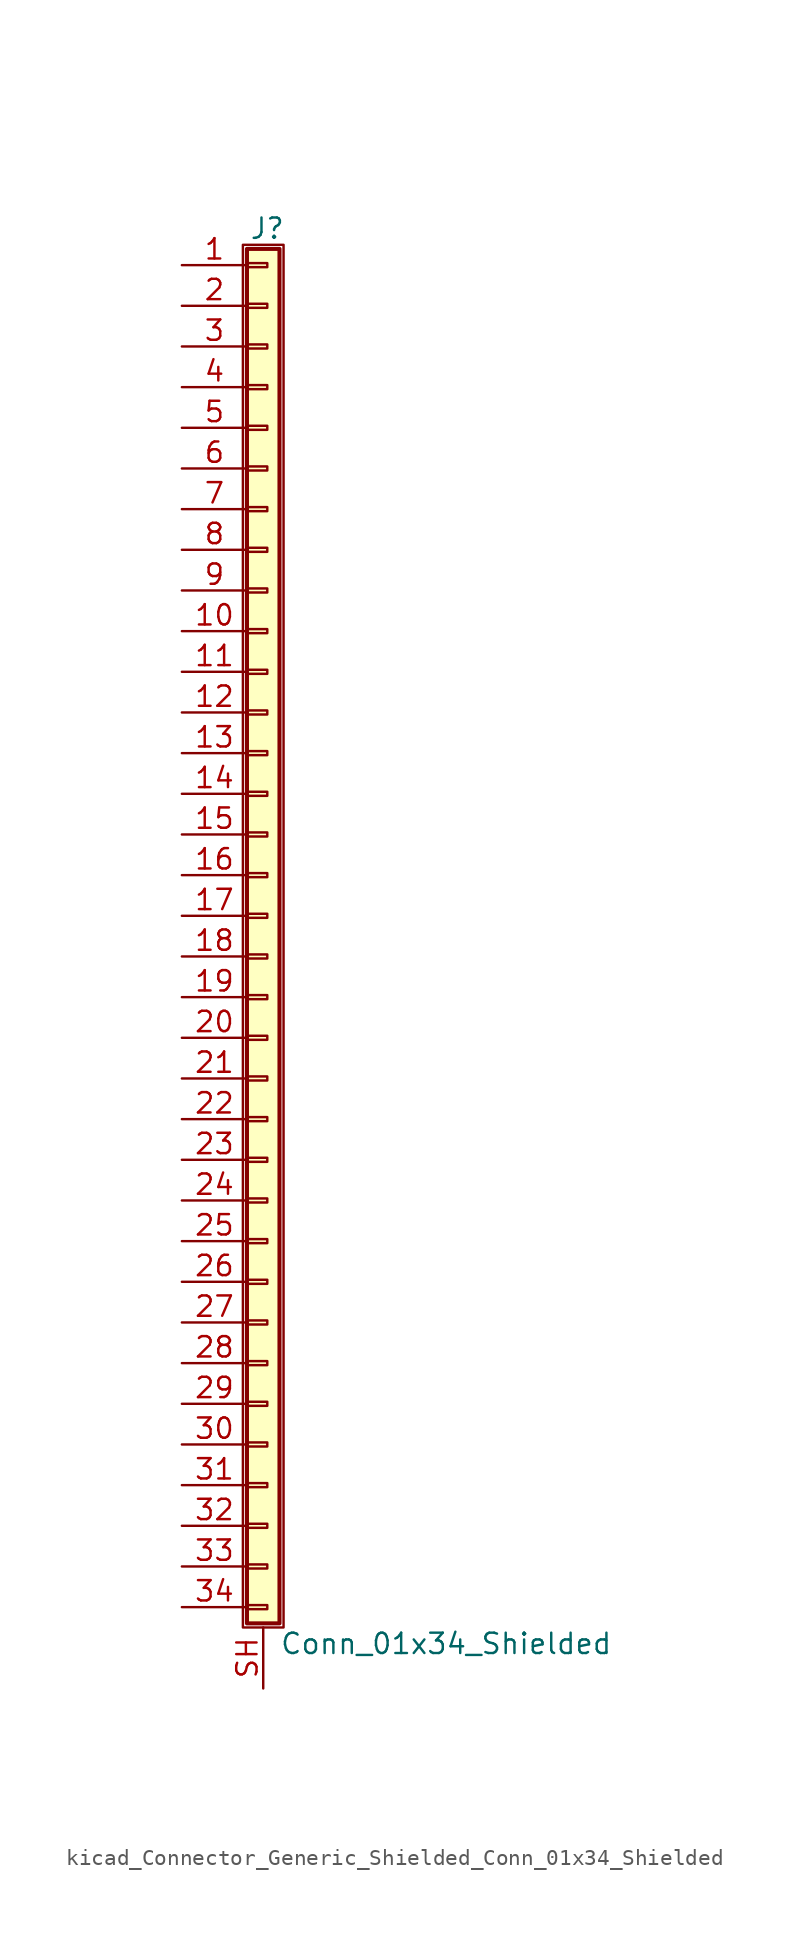
<source format=kicad_sym>
(kicad_symbol_lib
  (version 20220914)
  (generator kicad_symbol_editor)
  (symbol "kicad_Connector_Generic_Shielded_Conn_01x34_Shielded"
    (pin_names
      (offset 1.016) hide)
    (property "Reference" "J"
      (at 0.254 42.926 0)
      (effects (font (size 1.27 1.27))))
    (property "Value" "Conn_01x34_Shielded"
      (at 1.016 -45.466 0)
      (effects (font (size 1.27 1.27)) (justify left)))
    (symbol "kicad_Connector_Generic_Shielded_Conn_01x34_Shielded_1_1"
      (rectangle (start -1.27 41.91) (end 1.27 -44.45) (stroke (width 0.152) (type default)) (fill (type none)))
      (rectangle (start -1.016 -43.053) (end 0.254 -43.307) (stroke (width 0.152) (type default)) (fill (type none)))
      (rectangle (start -1.016 -40.513) (end 0.254 -40.767) (stroke (width 0.152) (type default)) (fill (type none)))
      (rectangle (start -1.016 -37.973) (end 0.254 -38.227) (stroke (width 0.152) (type default)) (fill (type none)))
      (rectangle (start -1.016 -35.433) (end 0.254 -35.687) (stroke (width 0.152) (type default)) (fill (type none)))
      (rectangle (start -1.016 -32.893) (end 0.254 -33.147) (stroke (width 0.152) (type default)) (fill (type none)))
      (rectangle (start -1.016 -30.353) (end 0.254 -30.607) (stroke (width 0.152) (type default)) (fill (type none)))
      (rectangle (start -1.016 -27.813) (end 0.254 -28.067) (stroke (width 0.152) (type default)) (fill (type none)))
      (rectangle (start -1.016 -25.273) (end 0.254 -25.527) (stroke (width 0.152) (type default)) (fill (type none)))
      (rectangle (start -1.016 -22.733) (end 0.254 -22.987) (stroke (width 0.152) (type default)) (fill (type none)))
      (rectangle (start -1.016 -20.193) (end 0.254 -20.447) (stroke (width 0.152) (type default)) (fill (type none)))
      (rectangle (start -1.016 -17.653) (end 0.254 -17.907) (stroke (width 0.152) (type default)) (fill (type none)))
      (rectangle (start -1.016 -15.113) (end 0.254 -15.367) (stroke (width 0.152) (type default)) (fill (type none)))
      (rectangle (start -1.016 -12.573) (end 0.254 -12.827) (stroke (width 0.152) (type default)) (fill (type none)))
      (rectangle (start -1.016 -10.033) (end 0.254 -10.287) (stroke (width 0.152) (type default)) (fill (type none)))
      (rectangle (start -1.016 -7.493) (end 0.254 -7.747) (stroke (width 0.152) (type default)) (fill (type none)))
      (rectangle (start -1.016 -4.953) (end 0.254 -5.207) (stroke (width 0.152) (type default)) (fill (type none)))
      (rectangle (start -1.016 -2.413) (end 0.254 -2.667) (stroke (width 0.152) (type default)) (fill (type none)))
      (rectangle (start -1.016 0.127) (end 0.254 -0.127) (stroke (width 0.152) (type default)) (fill (type none)))
      (rectangle (start -1.016 2.667) (end 0.254 2.413) (stroke (width 0.152) (type default)) (fill (type none)))
      (rectangle (start -1.016 5.207) (end 0.254 4.953) (stroke (width 0.152) (type default)) (fill (type none)))
      (rectangle (start -1.016 7.747) (end 0.254 7.493) (stroke (width 0.152) (type default)) (fill (type none)))
      (rectangle (start -1.016 10.287) (end 0.254 10.033) (stroke (width 0.152) (type default)) (fill (type none)))
      (rectangle (start -1.016 12.827) (end 0.254 12.573) (stroke (width 0.152) (type default)) (fill (type none)))
      (rectangle (start -1.016 15.367) (end 0.254 15.113) (stroke (width 0.152) (type default)) (fill (type none)))
      (rectangle (start -1.016 17.907) (end 0.254 17.653) (stroke (width 0.152) (type default)) (fill (type none)))
      (rectangle (start -1.016 20.447) (end 0.254 20.193) (stroke (width 0.152) (type default)) (fill (type none)))
      (rectangle (start -1.016 22.987) (end 0.254 22.733) (stroke (width 0.152) (type default)) (fill (type none)))
      (rectangle (start -1.016 25.527) (end 0.254 25.273) (stroke (width 0.152) (type default)) (fill (type none)))
      (rectangle (start -1.016 28.067) (end 0.254 27.813) (stroke (width 0.152) (type default)) (fill (type none)))
      (rectangle (start -1.016 30.607) (end 0.254 30.353) (stroke (width 0.152) (type default)) (fill (type none)))
      (rectangle (start -1.016 33.147) (end 0.254 32.893) (stroke (width 0.152) (type default)) (fill (type none)))
      (rectangle (start -1.016 35.687) (end 0.254 35.433) (stroke (width 0.152) (type default)) (fill (type none)))
      (rectangle (start -1.016 38.227) (end 0.254 37.973) (stroke (width 0.152) (type default)) (fill (type none)))
      (rectangle (start -1.016 40.767) (end 0.254 40.513) (stroke (width 0.152) (type default)) (fill (type none)))
      (rectangle (start -1.016 41.656) (end 1.016 -44.196) (stroke (width 0.254) (type default)) (fill (type background)))
      (pin passive line (at -5.08 40.64 0) (length 4.064) (name "Pin_1" (effects (font (size 1.27 1.27)))) (number "1" (effects (font (size 1.27 1.27)))))
      (pin passive line (at -5.08 17.78 0) (length 4.064) (name "Pin_10" (effects (font (size 1.27 1.27)))) (number "10" (effects (font (size 1.27 1.27)))))
      (pin passive line (at -5.08 15.24 0) (length 4.064) (name "Pin_11" (effects (font (size 1.27 1.27)))) (number "11" (effects (font (size 1.27 1.27)))))
      (pin passive line (at -5.08 12.7 0) (length 4.064) (name "Pin_12" (effects (font (size 1.27 1.27)))) (number "12" (effects (font (size 1.27 1.27)))))
      (pin passive line (at -5.08 10.16 0) (length 4.064) (name "Pin_13" (effects (font (size 1.27 1.27)))) (number "13" (effects (font (size 1.27 1.27)))))
      (pin passive line (at -5.08 7.62 0) (length 4.064) (name "Pin_14" (effects (font (size 1.27 1.27)))) (number "14" (effects (font (size 1.27 1.27)))))
      (pin passive line (at -5.08 5.08 0) (length 4.064) (name "Pin_15" (effects (font (size 1.27 1.27)))) (number "15" (effects (font (size 1.27 1.27)))))
      (pin passive line (at -5.08 2.54 0) (length 4.064) (name "Pin_16" (effects (font (size 1.27 1.27)))) (number "16" (effects (font (size 1.27 1.27)))))
      (pin passive line (at -5.08 0 0) (length 4.064) (name "Pin_17" (effects (font (size 1.27 1.27)))) (number "17" (effects (font (size 1.27 1.27)))))
      (pin passive line (at -5.08 -2.54 0) (length 4.064) (name "Pin_18" (effects (font (size 1.27 1.27)))) (number "18" (effects (font (size 1.27 1.27)))))
      (pin passive line (at -5.08 -5.08 0) (length 4.064) (name "Pin_19" (effects (font (size 1.27 1.27)))) (number "19" (effects (font (size 1.27 1.27)))))
      (pin passive line (at -5.08 38.1 0) (length 4.064) (name "Pin_2" (effects (font (size 1.27 1.27)))) (number "2" (effects (font (size 1.27 1.27)))))
      (pin passive line (at -5.08 -7.62 0) (length 4.064) (name "Pin_20" (effects (font (size 1.27 1.27)))) (number "20" (effects (font (size 1.27 1.27)))))
      (pin passive line (at -5.08 -10.16 0) (length 4.064) (name "Pin_21" (effects (font (size 1.27 1.27)))) (number "21" (effects (font (size 1.27 1.27)))))
      (pin passive line (at -5.08 -12.7 0) (length 4.064) (name "Pin_22" (effects (font (size 1.27 1.27)))) (number "22" (effects (font (size 1.27 1.27)))))
      (pin passive line (at -5.08 -15.24 0) (length 4.064) (name "Pin_23" (effects (font (size 1.27 1.27)))) (number "23" (effects (font (size 1.27 1.27)))))
      (pin passive line (at -5.08 -17.78 0) (length 4.064) (name "Pin_24" (effects (font (size 1.27 1.27)))) (number "24" (effects (font (size 1.27 1.27)))))
      (pin passive line (at -5.08 -20.32 0) (length 4.064) (name "Pin_25" (effects (font (size 1.27 1.27)))) (number "25" (effects (font (size 1.27 1.27)))))
      (pin passive line (at -5.08 -22.86 0) (length 4.064) (name "Pin_26" (effects (font (size 1.27 1.27)))) (number "26" (effects (font (size 1.27 1.27)))))
      (pin passive line (at -5.08 -25.4 0) (length 4.064) (name "Pin_27" (effects (font (size 1.27 1.27)))) (number "27" (effects (font (size 1.27 1.27)))))
      (pin passive line (at -5.08 -27.94 0) (length 4.064) (name "Pin_28" (effects (font (size 1.27 1.27)))) (number "28" (effects (font (size 1.27 1.27)))))
      (pin passive line (at -5.08 -30.48 0) (length 4.064) (name "Pin_29" (effects (font (size 1.27 1.27)))) (number "29" (effects (font (size 1.27 1.27)))))
      (pin passive line (at -5.08 35.56 0) (length 4.064) (name "Pin_3" (effects (font (size 1.27 1.27)))) (number "3" (effects (font (size 1.27 1.27)))))
      (pin passive line (at -5.08 -33.02 0) (length 4.064) (name "Pin_30" (effects (font (size 1.27 1.27)))) (number "30" (effects (font (size 1.27 1.27)))))
      (pin passive line (at -5.08 -35.56 0) (length 4.064) (name "Pin_31" (effects (font (size 1.27 1.27)))) (number "31" (effects (font (size 1.27 1.27)))))
      (pin passive line (at -5.08 -38.1 0) (length 4.064) (name "Pin_32" (effects (font (size 1.27 1.27)))) (number "32" (effects (font (size 1.27 1.27)))))
      (pin passive line (at -5.08 -40.64 0) (length 4.064) (name "Pin_33" (effects (font (size 1.27 1.27)))) (number "33" (effects (font (size 1.27 1.27)))))
      (pin passive line (at -5.08 -43.18 0) (length 4.064) (name "Pin_34" (effects (font (size 1.27 1.27)))) (number "34" (effects (font (size 1.27 1.27)))))
      (pin passive line (at -5.08 33.02 0) (length 4.064) (name "Pin_4" (effects (font (size 1.27 1.27)))) (number "4" (effects (font (size 1.27 1.27)))))
      (pin passive line (at -5.08 30.48 0) (length 4.064) (name "Pin_5" (effects (font (size 1.27 1.27)))) (number "5" (effects (font (size 1.27 1.27)))))
      (pin passive line (at -5.08 27.94 0) (length 4.064) (name "Pin_6" (effects (font (size 1.27 1.27)))) (number "6" (effects (font (size 1.27 1.27)))))
      (pin passive line (at -5.08 25.4 0) (length 4.064) (name "Pin_7" (effects (font (size 1.27 1.27)))) (number "7" (effects (font (size 1.27 1.27)))))
      (pin passive line (at -5.08 22.86 0) (length 4.064) (name "Pin_8" (effects (font (size 1.27 1.27)))) (number "8" (effects (font (size 1.27 1.27)))))
      (pin passive line (at -5.08 20.32 0) (length 4.064) (name "Pin_9" (effects (font (size 1.27 1.27)))) (number "9" (effects (font (size 1.27 1.27)))))
      (pin passive line (at 0 -48.26 90) (length 3.81) (name "Shield" (effects (font (size 1.27 1.27)))) (number "SH" (effects (font (size 1.27 1.27))))))))
</source>
